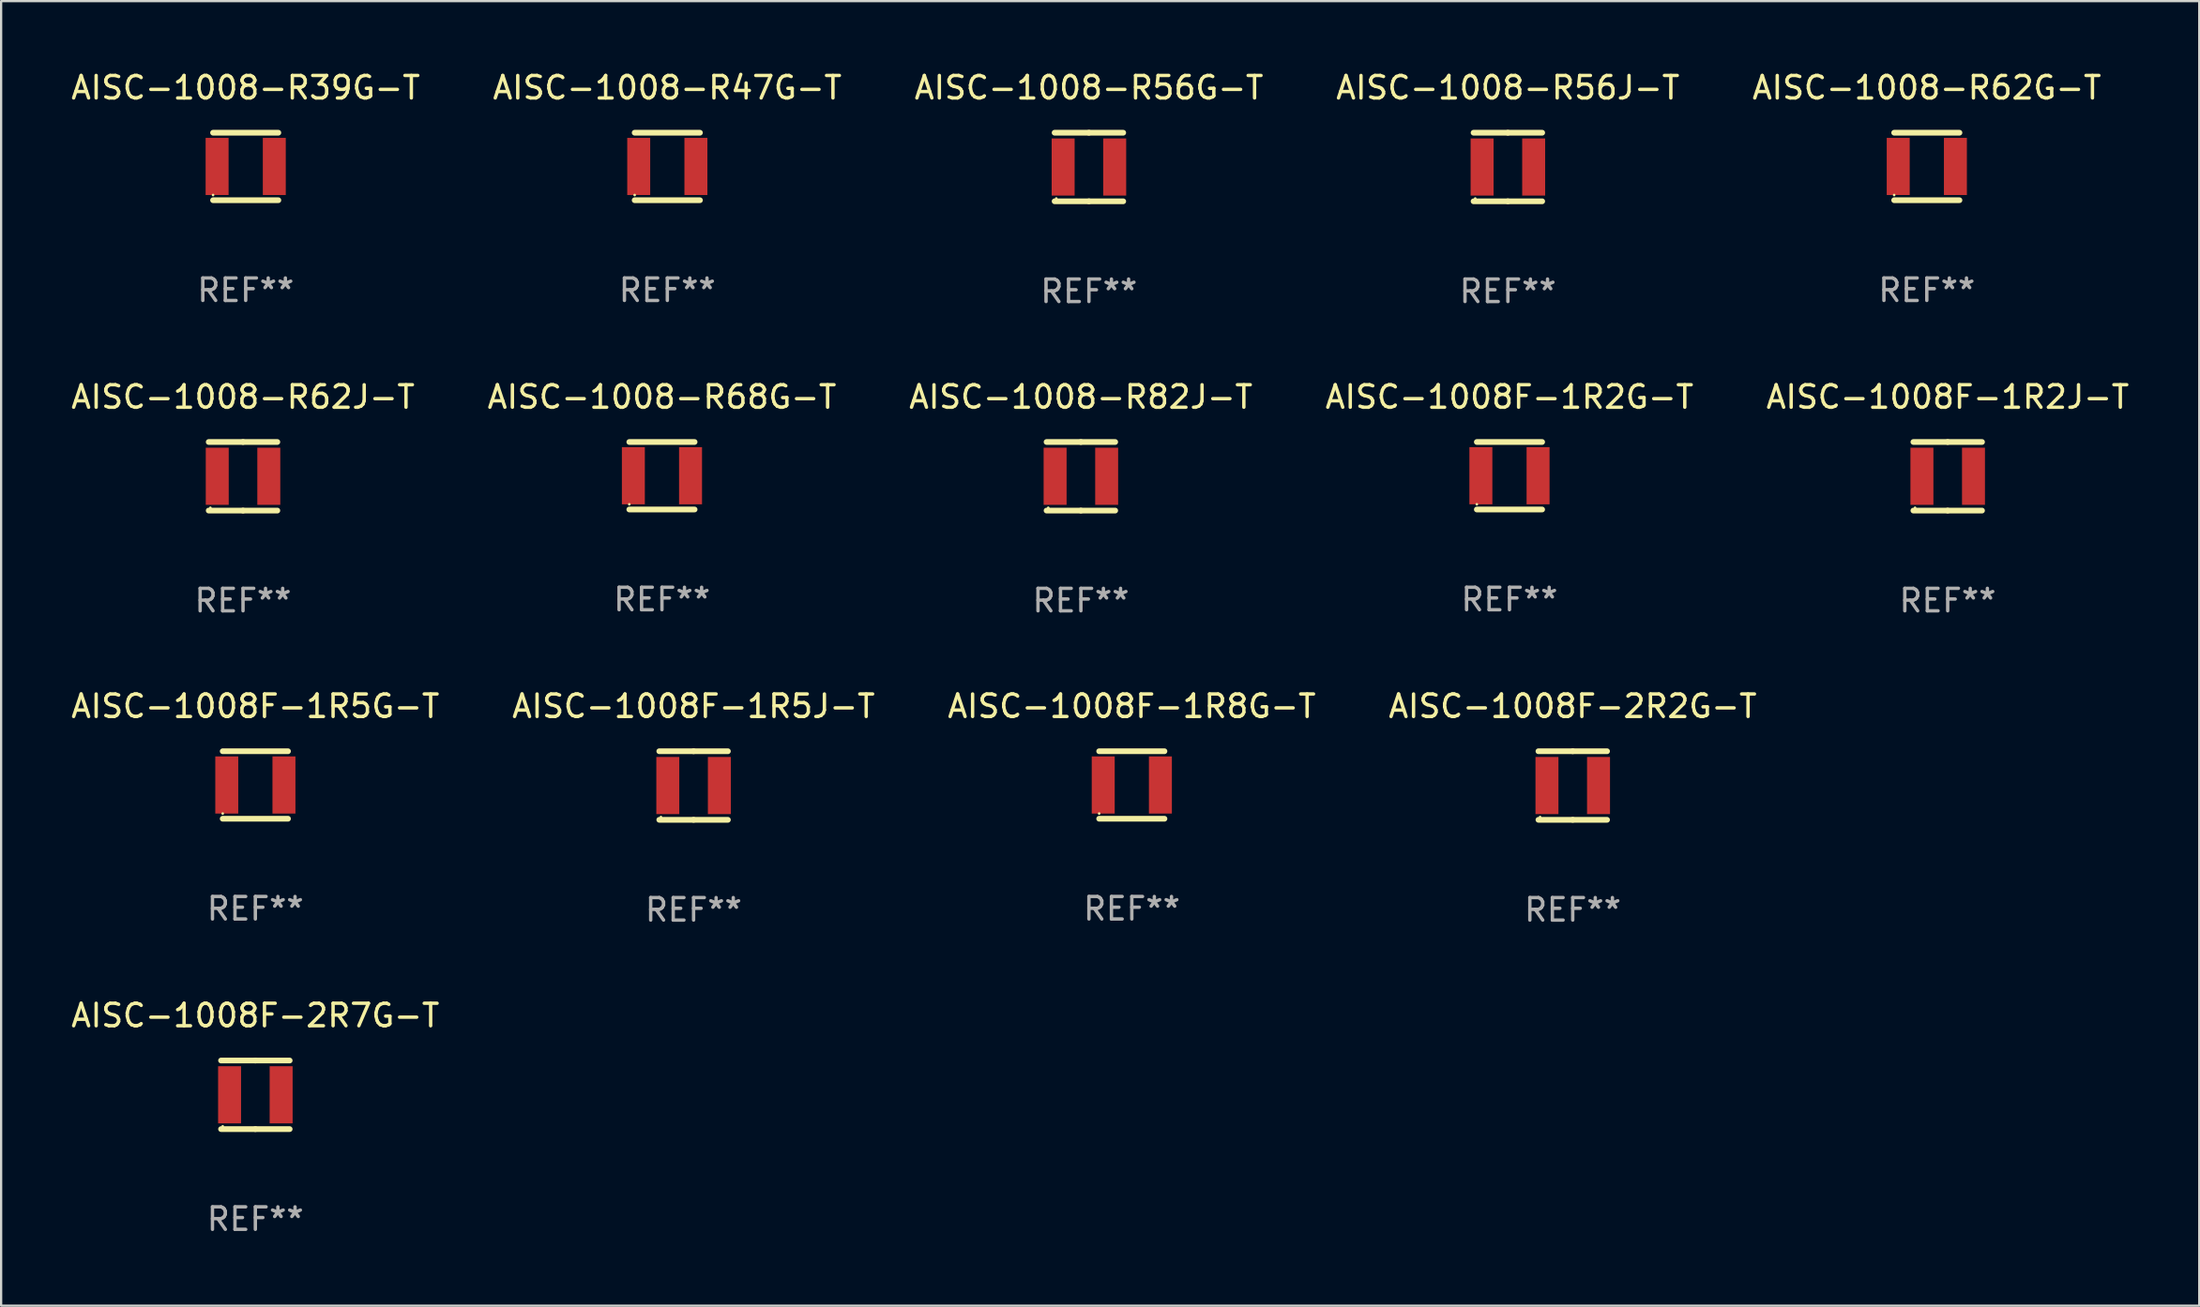
<source format=kicad_pcb>
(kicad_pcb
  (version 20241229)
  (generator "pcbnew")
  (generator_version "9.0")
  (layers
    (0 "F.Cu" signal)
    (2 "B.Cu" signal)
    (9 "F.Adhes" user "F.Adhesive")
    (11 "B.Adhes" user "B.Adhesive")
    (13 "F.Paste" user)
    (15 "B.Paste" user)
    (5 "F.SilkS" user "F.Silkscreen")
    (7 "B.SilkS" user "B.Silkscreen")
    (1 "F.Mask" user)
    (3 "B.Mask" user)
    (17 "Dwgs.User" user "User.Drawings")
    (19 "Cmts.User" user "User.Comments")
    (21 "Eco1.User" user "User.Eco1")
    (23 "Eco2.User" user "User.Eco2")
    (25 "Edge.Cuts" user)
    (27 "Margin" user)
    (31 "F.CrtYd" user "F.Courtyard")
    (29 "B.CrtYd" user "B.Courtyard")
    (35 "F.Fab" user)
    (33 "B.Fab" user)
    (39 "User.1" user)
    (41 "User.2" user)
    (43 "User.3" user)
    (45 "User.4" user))
  (footprint "AISC-1008-R56J-T"
    (layer "F.Cu")
    (at 63.923 4.372)
    (property "Reference" "AISC-1008-R56J-T" (at 0 -3.524 0) (layer "F.SilkS") (effects (font (size 1 1) (thickness 0.15))))
    (attr through_hole)
    (fp_line (start -1.524 -1.524) (end 0 -1.524) (stroke (width 0.254) (type solid)) (layer "F.SilkS"))
    (fp_line (start 0 -1.524) (end 1.524 -1.524) (stroke (width 0.254) (type solid)) (layer "F.SilkS"))
    (fp_line (start 0 1.524) (end -1.524 1.524) (stroke (width 0.254) (type solid)) (layer "F.SilkS"))
    (fp_line (start 1.524 1.524) (end 0 1.524) (stroke (width 0.254) (type solid)) (layer "F.SilkS"))
    (fp_circle (center -1.45 1.4) (end -1.42 1.4) (stroke (width 0.06) (type solid)) (fill no) (layer "F.SilkS"))
    (fp_text user "REF**" (at 0 5.524 0) (layer "F.Fab") (effects (font (size 1 1) (thickness 0.15))))
    (pad "1" smd rect (at -1.145 0) (size 1.02 2.54) (layers "F.Cu" "F.Mask" "F.Paste"))
    (pad "2" smd rect (at 1.145 0) (size 1.02 2.54) (layers "F.Cu" "F.Mask" "F.Paste")))
  (footprint "AISC-1008-R47G-T"
    (layer "F.Cu")
    (at 26.589 4.348)
    (property "Reference" "AISC-1008-R47G-T" (at 0 -3.5 0) (layer "F.SilkS") (effects (font (size 1 1) (thickness 0.15))))
    (attr through_hole)
    (fp_line (start -1.45 -1.5) (end 1.45 -1.5) (stroke (width 0.254) (type solid)) (layer "F.SilkS"))
    (fp_line (start -1.45 1.5) (end 1.45 1.5) (stroke (width 0.254) (type solid)) (layer "F.SilkS"))
    (fp_circle (center -1.45 1.27) (end -1.42 1.27) (stroke (width 0.06) (type solid)) (fill no) (layer "F.SilkS"))
    (fp_text user "REF**" (at 0 5.5 0) (layer "F.Fab") (effects (font (size 1 1) (thickness 0.15))))
    (pad "1" smd rect (at -1.27 0 90) (size 2.54 1.02) (layers "F.Cu" "F.Mask" "F.Paste"))
    (pad "2" smd rect (at 1.27 0 90) (size 2.54 1.02) (layers "F.Cu" "F.Mask" "F.Paste")))
  (footprint "AISC-1008-R62J-T"
    (layer "F.Cu")
    (at 7.744 18.117)
    (property "Reference" "AISC-1008-R62J-T" (at 0 -3.524 0) (layer "F.SilkS") (effects (font (size 1 1) (thickness 0.15))))
    (attr through_hole)
    (fp_line (start -1.524 -1.524) (end 0 -1.524) (stroke (width 0.254) (type solid)) (layer "F.SilkS"))
    (fp_line (start 0 -1.524) (end 1.524 -1.524) (stroke (width 0.254) (type solid)) (layer "F.SilkS"))
    (fp_line (start 0 1.524) (end -1.524 1.524) (stroke (width 0.254) (type solid)) (layer "F.SilkS"))
    (fp_line (start 1.524 1.524) (end 0 1.524) (stroke (width 0.254) (type solid)) (layer "F.SilkS"))
    (fp_circle (center -1.45 1.4) (end -1.42 1.4) (stroke (width 0.06) (type solid)) (fill no) (layer "F.SilkS"))
    (fp_text user "REF**" (at 0 5.524 0) (layer "F.Fab") (effects (font (size 1 1) (thickness 0.15))))
    (pad "1" smd rect (at -1.145 0) (size 1.02 2.54) (layers "F.Cu" "F.Mask" "F.Paste"))
    (pad "2" smd rect (at 1.145 0) (size 1.02 2.54) (layers "F.Cu" "F.Mask" "F.Paste")))
  (footprint "AISC-1008F-1R5G-T"
    (layer "F.Cu")
    (at 8.292 31.837)
    (property "Reference" "AISC-1008F-1R5G-T" (at 0 -3.5 0) (layer "F.SilkS") (effects (font (size 1 1) (thickness 0.15))))
    (attr through_hole)
    (fp_line (start -1.45 -1.5) (end 1.45 -1.5) (stroke (width 0.254) (type solid)) (layer "F.SilkS"))
    (fp_line (start -1.45 1.5) (end 1.45 1.5) (stroke (width 0.254) (type solid)) (layer "F.SilkS"))
    (fp_circle (center -1.45 1.27) (end -1.42 1.27) (stroke (width 0.06) (type solid)) (fill no) (layer "F.SilkS"))
    (fp_text user "REF**" (at 0 5.5 0) (layer "F.Fab") (effects (font (size 1 1) (thickness 0.15))))
    (pad "1" smd rect (at -1.27 0 90) (size 2.54 1.02) (layers "F.Cu" "F.Mask" "F.Paste"))
    (pad "2" smd rect (at 1.27 0 90) (size 2.54 1.02) (layers "F.Cu" "F.Mask" "F.Paste")))
  (footprint "AISC-1008F-1R8G-T"
    (layer "F.Cu")
    (at 47.22 31.837)
    (property "Reference" "AISC-1008F-1R8G-T" (at 0 -3.5 0) (layer "F.SilkS") (effects (font (size 1 1) (thickness 0.15))))
    (attr through_hole)
    (fp_line (start -1.45 -1.5) (end 1.45 -1.5) (stroke (width 0.254) (type solid)) (layer "F.SilkS"))
    (fp_line (start -1.45 1.5) (end 1.45 1.5) (stroke (width 0.254) (type solid)) (layer "F.SilkS"))
    (fp_circle (center -1.45 1.27) (end -1.42 1.27) (stroke (width 0.06) (type solid)) (fill no) (layer "F.SilkS"))
    (fp_text user "REF**" (at 0 5.5 0) (layer "F.Fab") (effects (font (size 1 1) (thickness 0.15))))
    (pad "1" smd rect (at -1.27 0 90) (size 2.54 1.02) (layers "F.Cu" "F.Mask" "F.Paste"))
    (pad "2" smd rect (at 1.27 0 90) (size 2.54 1.02) (layers "F.Cu" "F.Mask" "F.Paste")))
  (footprint "AISC-1008-R39G-T"
    (layer "F.Cu")
    (at 7.863 4.348)
    (property "Reference" "AISC-1008-R39G-T" (at 0 -3.5 0) (layer "F.SilkS") (effects (font (size 1 1) (thickness 0.15))))
    (attr through_hole)
    (fp_line (start -1.45 -1.5) (end 1.45 -1.5) (stroke (width 0.254) (type solid)) (layer "F.SilkS"))
    (fp_line (start -1.45 1.5) (end 1.45 1.5) (stroke (width 0.254) (type solid)) (layer "F.SilkS"))
    (fp_circle (center -1.45 1.27) (end -1.42 1.27) (stroke (width 0.06) (type solid)) (fill no) (layer "F.SilkS"))
    (fp_text user "REF**" (at 0 5.5 0) (layer "F.Fab") (effects (font (size 1 1) (thickness 0.15))))
    (pad "1" smd rect (at -1.27 0 90) (size 2.54 1.02) (layers "F.Cu" "F.Mask" "F.Paste"))
    (pad "2" smd rect (at 1.27 0 90) (size 2.54 1.02) (layers "F.Cu" "F.Mask" "F.Paste")))
  (footprint "AISC-1008-R68G-T"
    (layer "F.Cu")
    (at 26.351 18.093)
    (property "Reference" "AISC-1008-R68G-T" (at 0 -3.5 0) (layer "F.SilkS") (effects (font (size 1 1) (thickness 0.15))))
    (attr through_hole)
    (fp_line (start -1.45 -1.5) (end 1.45 -1.5) (stroke (width 0.254) (type solid)) (layer "F.SilkS"))
    (fp_line (start -1.45 1.5) (end 1.45 1.5) (stroke (width 0.254) (type solid)) (layer "F.SilkS"))
    (fp_circle (center -1.45 1.27) (end -1.42 1.27) (stroke (width 0.06) (type solid)) (fill no) (layer "F.SilkS"))
    (fp_text user "REF**" (at 0 5.5 0) (layer "F.Fab") (effects (font (size 1 1) (thickness 0.15))))
    (pad "1" smd rect (at -1.27 0 90) (size 2.54 1.02) (layers "F.Cu" "F.Mask" "F.Paste"))
    (pad "2" smd rect (at 1.27 0 90) (size 2.54 1.02) (layers "F.Cu" "F.Mask" "F.Paste")))
  (footprint "AISC-1008F-1R2J-T"
    (layer "F.Cu")
    (at 83.458 18.117)
    (property "Reference" "AISC-1008F-1R2J-T" (at 0 -3.524 0) (layer "F.SilkS") (effects (font (size 1 1) (thickness 0.15))))
    (attr through_hole)
    (fp_line (start -1.524 -1.524) (end 0 -1.524) (stroke (width 0.254) (type solid)) (layer "F.SilkS"))
    (fp_line (start 0 -1.524) (end 1.524 -1.524) (stroke (width 0.254) (type solid)) (layer "F.SilkS"))
    (fp_line (start 0 1.524) (end -1.524 1.524) (stroke (width 0.254) (type solid)) (layer "F.SilkS"))
    (fp_line (start 1.524 1.524) (end 0 1.524) (stroke (width 0.254) (type solid)) (layer "F.SilkS"))
    (fp_circle (center -1.45 1.4) (end -1.42 1.4) (stroke (width 0.06) (type solid)) (fill no) (layer "F.SilkS"))
    (fp_text user "REF**" (at 0 5.524 0) (layer "F.Fab") (effects (font (size 1 1) (thickness 0.15))))
    (pad "1" smd rect (at -1.145 0) (size 1.02 2.54) (layers "F.Cu" "F.Mask" "F.Paste"))
    (pad "2" smd rect (at 1.145 0) (size 1.02 2.54) (layers "F.Cu" "F.Mask" "F.Paste")))
  (footprint "AISC-1008-R82J-T"
    (layer "F.Cu")
    (at 44.958 18.117)
    (property "Reference" "AISC-1008-R82J-T" (at 0 -3.524 0) (layer "F.SilkS") (effects (font (size 1 1) (thickness 0.15))))
    (attr through_hole)
    (fp_line (start -1.524 -1.524) (end 0 -1.524) (stroke (width 0.254) (type solid)) (layer "F.SilkS"))
    (fp_line (start 0 -1.524) (end 1.524 -1.524) (stroke (width 0.254) (type solid)) (layer "F.SilkS"))
    (fp_line (start 0 1.524) (end -1.524 1.524) (stroke (width 0.254) (type solid)) (layer "F.SilkS"))
    (fp_line (start 1.524 1.524) (end 0 1.524) (stroke (width 0.254) (type solid)) (layer "F.SilkS"))
    (fp_circle (center -1.45 1.4) (end -1.42 1.4) (stroke (width 0.06) (type solid)) (fill no) (layer "F.SilkS"))
    (fp_text user "REF**" (at 0 5.524 0) (layer "F.Fab") (effects (font (size 1 1) (thickness 0.15))))
    (pad "1" smd rect (at -1.145 0) (size 1.02 2.54) (layers "F.Cu" "F.Mask" "F.Paste"))
    (pad "2" smd rect (at 1.145 0) (size 1.02 2.54) (layers "F.Cu" "F.Mask" "F.Paste")))
  (footprint "AISC-1008F-1R5J-T"
    (layer "F.Cu")
    (at 27.756 31.861)
    (property "Reference" "AISC-1008F-1R5J-T" (at 0 -3.524 0) (layer "F.SilkS") (effects (font (size 1 1) (thickness 0.15))))
    (attr through_hole)
    (fp_line (start -1.524 -1.524) (end 0 -1.524) (stroke (width 0.254) (type solid)) (layer "F.SilkS"))
    (fp_line (start 0 -1.524) (end 1.524 -1.524) (stroke (width 0.254) (type solid)) (layer "F.SilkS"))
    (fp_line (start 0 1.524) (end -1.524 1.524) (stroke (width 0.254) (type solid)) (layer "F.SilkS"))
    (fp_line (start 1.524 1.524) (end 0 1.524) (stroke (width 0.254) (type solid)) (layer "F.SilkS"))
    (fp_circle (center -1.45 1.4) (end -1.42 1.4) (stroke (width 0.06) (type solid)) (fill no) (layer "F.SilkS"))
    (fp_text user "REF**" (at 0 5.524 0) (layer "F.Fab") (effects (font (size 1 1) (thickness 0.15))))
    (pad "1" smd rect (at -1.145 0) (size 1.02 2.54) (layers "F.Cu" "F.Mask" "F.Paste"))
    (pad "2" smd rect (at 1.145 0) (size 1.02 2.54) (layers "F.Cu" "F.Mask" "F.Paste")))
  (footprint "AISC-1008F-2R7G-T"
    (layer "F.Cu")
    (at 8.292 45.606)
    (property "Reference" "AISC-1008F-2R7G-T" (at 0 -3.524 0) (layer "F.SilkS") (effects (font (size 1 1) (thickness 0.15))))
    (attr through_hole)
    (fp_line (start -1.524 -1.524) (end 0 -1.524) (stroke (width 0.254) (type solid)) (layer "F.SilkS"))
    (fp_line (start 0 -1.524) (end 1.524 -1.524) (stroke (width 0.254) (type solid)) (layer "F.SilkS"))
    (fp_line (start 0 1.524) (end -1.524 1.524) (stroke (width 0.254) (type solid)) (layer "F.SilkS"))
    (fp_line (start 1.524 1.524) (end 0 1.524) (stroke (width 0.254) (type solid)) (layer "F.SilkS"))
    (fp_circle (center -1.45 1.4) (end -1.42 1.4) (stroke (width 0.06) (type solid)) (fill no) (layer "F.SilkS"))
    (fp_text user "REF**" (at 0 5.524 0) (layer "F.Fab") (effects (font (size 1 1) (thickness 0.15))))
    (pad "1" smd rect (at -1.145 0) (size 1.02 2.54) (layers "F.Cu" "F.Mask" "F.Paste"))
    (pad "2" smd rect (at 1.145 0) (size 1.02 2.54) (layers "F.Cu" "F.Mask" "F.Paste")))
  (footprint "AISC-1008-R62G-T"
    (layer "F.Cu")
    (at 82.53 4.348)
    (property "Reference" "AISC-1008-R62G-T" (at 0 -3.5 0) (layer "F.SilkS") (effects (font (size 1 1) (thickness 0.15))))
    (attr through_hole)
    (fp_line (start -1.45 -1.5) (end 1.45 -1.5) (stroke (width 0.254) (type solid)) (layer "F.SilkS"))
    (fp_line (start -1.45 1.5) (end 1.45 1.5) (stroke (width 0.254) (type solid)) (layer "F.SilkS"))
    (fp_circle (center -1.45 1.27) (end -1.42 1.27) (stroke (width 0.06) (type solid)) (fill no) (layer "F.SilkS"))
    (fp_text user "REF**" (at 0 5.5 0) (layer "F.Fab") (effects (font (size 1 1) (thickness 0.15))))
    (pad "1" smd rect (at -1.27 0 90) (size 2.54 1.02) (layers "F.Cu" "F.Mask" "F.Paste"))
    (pad "2" smd rect (at 1.27 0 90) (size 2.54 1.02) (layers "F.Cu" "F.Mask" "F.Paste")))
  (footprint "AISC-1008F-1R2G-T"
    (layer "F.Cu")
    (at 63.994 18.093)
    (property "Reference" "AISC-1008F-1R2G-T" (at 0 -3.5 0) (layer "F.SilkS") (effects (font (size 1 1) (thickness 0.15))))
    (attr through_hole)
    (fp_line (start -1.45 -1.5) (end 1.45 -1.5) (stroke (width 0.254) (type solid)) (layer "F.SilkS"))
    (fp_line (start -1.45 1.5) (end 1.45 1.5) (stroke (width 0.254) (type solid)) (layer "F.SilkS"))
    (fp_circle (center -1.45 1.27) (end -1.42 1.27) (stroke (width 0.06) (type solid)) (fill no) (layer "F.SilkS"))
    (fp_text user "REF**" (at 0 5.5 0) (layer "F.Fab") (effects (font (size 1 1) (thickness 0.15))))
    (pad "1" smd rect (at -1.27 0 90) (size 2.54 1.02) (layers "F.Cu" "F.Mask" "F.Paste"))
    (pad "2" smd rect (at 1.27 0 90) (size 2.54 1.02) (layers "F.Cu" "F.Mask" "F.Paste")))
  (footprint "AISC-1008F-2R2G-T"
    (layer "F.Cu")
    (at 66.804 31.861)
    (property "Reference" "AISC-1008F-2R2G-T" (at 0 -3.524 0) (layer "F.SilkS") (effects (font (size 1 1) (thickness 0.15))))
    (attr through_hole)
    (fp_line (start -1.524 -1.524) (end 0 -1.524) (stroke (width 0.254) (type solid)) (layer "F.SilkS"))
    (fp_line (start 0 -1.524) (end 1.524 -1.524) (stroke (width 0.254) (type solid)) (layer "F.SilkS"))
    (fp_line (start 0 1.524) (end -1.524 1.524) (stroke (width 0.254) (type solid)) (layer "F.SilkS"))
    (fp_line (start 1.524 1.524) (end 0 1.524) (stroke (width 0.254) (type solid)) (layer "F.SilkS"))
    (fp_circle (center -1.45 1.4) (end -1.42 1.4) (stroke (width 0.06) (type solid)) (fill no) (layer "F.SilkS"))
    (fp_text user "REF**" (at 0 5.524 0) (layer "F.Fab") (effects (font (size 1 1) (thickness 0.15))))
    (pad "1" smd rect (at -1.145 0) (size 1.02 2.54) (layers "F.Cu" "F.Mask" "F.Paste"))
    (pad "2" smd rect (at 1.145 0) (size 1.02 2.54) (layers "F.Cu" "F.Mask" "F.Paste")))
  (footprint "AISC-1008-R56G-T"
    (layer "F.Cu")
    (at 45.315 4.372)
    (property "Reference" "AISC-1008-R56G-T" (at 0 -3.524 0) (layer "F.SilkS") (effects (font (size 1 1) (thickness 0.15))))
    (attr through_hole)
    (fp_line (start -1.524 -1.524) (end 0 -1.524) (stroke (width 0.254) (type solid)) (layer "F.SilkS"))
    (fp_line (start 0 -1.524) (end 1.524 -1.524) (stroke (width 0.254) (type solid)) (layer "F.SilkS"))
    (fp_line (start 0 1.524) (end -1.524 1.524) (stroke (width 0.254) (type solid)) (layer "F.SilkS"))
    (fp_line (start 1.524 1.524) (end 0 1.524) (stroke (width 0.254) (type solid)) (layer "F.SilkS"))
    (fp_circle (center -1.45 1.4) (end -1.42 1.4) (stroke (width 0.06) (type solid)) (fill no) (layer "F.SilkS"))
    (fp_text user "REF**" (at 0 5.524 0) (layer "F.Fab") (effects (font (size 1 1) (thickness 0.15))))
    (pad "1" smd rect (at -1.145 0) (size 1.02 2.54) (layers "F.Cu" "F.Mask" "F.Paste"))
    (pad "2" smd rect (at 1.145 0) (size 1.02 2.54) (layers "F.Cu" "F.Mask" "F.Paste")))
  (gr_rect
    (start -3 -3)
    (end 94.631 54.978)
    (stroke (width 0.1) (type default))
    (fill no)
    (layer "Edge.Cuts")))
</source>
